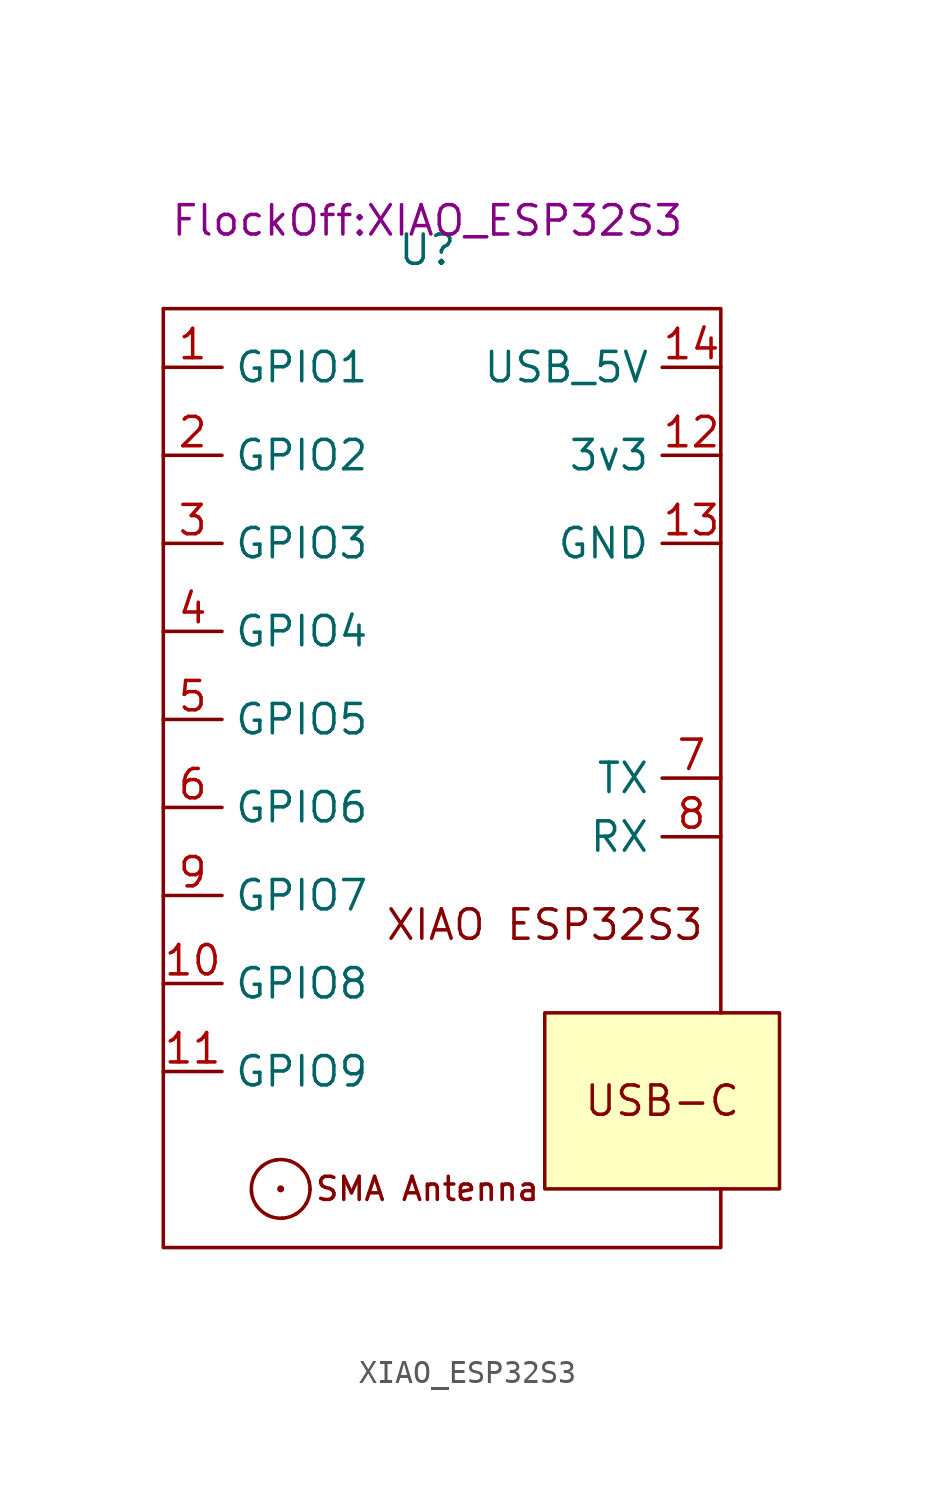
<source format=kicad_sym>
(kicad_symbol_lib
  (version 20220914)
  (generator kicad_symbol_editor)
  (symbol "XIAO_ESP32S3"
    (property "Reference" "U"
      (at 0 20.32 0)
      (effects (font (size 1.27 1.27))))
    (property "Value" ""
      (at 0 21.59 0)
      (effects (font (size 1.27 1.27))))
    (property "Footprint" "FlockOff:XIAO_ESP32S3"
      (at 0 21.59 0)
      (effects (font (size 1.27 1.27))))
    (symbol "XIAO_ESP32S3_0_1"
      (circle (center -6.35 -20.32) (radius 1.27) (stroke (width 0) (type default)) (fill (type none))))
    (symbol "XIAO_ESP32S3_1_1"
      (circle (center -6.35 -20.32) (radius 0.0001) (stroke (width 0) (type default)) (fill (type none)))
      (circle (center -6.35 -20.32) (radius 1.27) (stroke (width 0) (type dot)) (fill (type none)))
      (polyline (pts (xy -11.43 17.78) (xy 12.7 17.78) (xy 12.7 -12.7)) (stroke (width 0) (type default)) (fill (type none)))
      (polyline (pts (xy -11.43 17.78) (xy -11.43 -22.86) (xy 12.7 -22.86) (xy 12.7 -20.32)) (stroke (width 0) (type default)) (fill (type none)))
      (rectangle (start 5.08 -12.7) (end 15.24 -20.32) (stroke (width 0) (type default)) (fill (type background)))
      (text "SMA Antenna" (at 0 -20.32 0) (effects (font (size 1 1))))
      (text "USB-C" (at 10.16 -16.51 0) (effects (font (size 1.27 1.27))))
      (text "XIAO ESP32S3" (at 5.08 -8.89 0) (effects (font (size 1.27 1.27))))
      (pin bidirectional line (at -11.43 15.24 0) (length 2.54) (name "GPIO1" (effects (font (size 1.27 1.27)))) (number "1" (effects (font (size 1.27 1.27)))) (alternate "A0" input line) (alternate "D0" bidirectional line) (alternate "TOUCH1" input line))
      (pin bidirectional line (at -11.43 -11.43 0) (length 2.54) (name "GPIO8" (effects (font (size 1.27 1.27)))) (number "10" (effects (font (size 1.27 1.27)))) (alternate "A9" input line) (alternate "D9" bidirectional line) (alternate "MISO" input line) (alternate "TOUCH9" input line))
      (pin bidirectional line (at -11.43 -15.24 0) (length 2.54) (name "GPIO9" (effects (font (size 1.27 1.27)))) (number "11" (effects (font (size 1.27 1.27)))) (alternate "A10" input line) (alternate "D10" bidirectional line) (alternate "MOSI" output line) (alternate "TOUCH9" input line))
      (pin power_out line (at 12.7 11.43 180) (length 2.54) (name "3v3" (effects (font (size 1.27 1.27)))) (number "12" (effects (font (size 1.27 1.27)))))
      (pin power_out line (at 12.7 7.62 180) (length 2.54) (name "GND" (effects (font (size 1.27 1.27)))) (number "13" (effects (font (size 1.27 1.27)))))
      (pin power_out line (at 12.7 15.24 180) (length 2.54) (name "USB_5V" (effects (font (size 1.27 1.27)))) (number "14" (effects (font (size 1.27 1.27)))))
      (pin bidirectional line (at -11.43 11.43 0) (length 2.54) (name "GPIO2" (effects (font (size 1.27 1.27)))) (number "2" (effects (font (size 1.27 1.27)))) (alternate "A1" input line) (alternate "D1" bidirectional line) (alternate "TOUCH2" bidirectional line))
      (pin bidirectional line (at -11.43 7.62 0) (length 2.54) (name "GPIO3" (effects (font (size 1.27 1.27)))) (number "3" (effects (font (size 1.27 1.27)))) (alternate "A2" input line) (alternate "D2" bidirectional line) (alternate "TOUCH3" input line))
      (pin bidirectional line (at -11.43 3.81 0) (length 2.54) (name "GPIO4" (effects (font (size 1.27 1.27)))) (number "4" (effects (font (size 1.27 1.27)))) (alternate "A3" input line) (alternate "D3" bidirectional line) (alternate "TOUCH4" input line))
      (pin bidirectional line (at -11.43 0 0) (length 2.54) (name "GPIO5" (effects (font (size 1.27 1.27)))) (number "5" (effects (font (size 1.27 1.27)))) (alternate "A4" input line) (alternate "D4" bidirectional line) (alternate "SDA" bidirectional line) (alternate "TOUCH5" input line))
      (pin bidirectional line (at -11.43 -3.81 0) (length 2.54) (name "GPIO6" (effects (font (size 1.27 1.27)))) (number "6" (effects (font (size 1.27 1.27)))) (alternate "A5" input line) (alternate "D5" bidirectional line) (alternate "SCL" output line) (alternate "TOUCH6" input line))
      (pin output line (at 12.7 -2.54 180) (length 2.54) (name "TX" (effects (font (size 1.27 1.27)))) (number "7" (effects (font (size 1.27 1.27)))) (alternate "D6" bidirectional line) (alternate "GPIO43" bidirectional line))
      (pin input line (at 12.7 -5.08 180) (length 2.54) (name "RX" (effects (font (size 1.27 1.27)))) (number "8" (effects (font (size 1.27 1.27)))) (alternate "D7" bidirectional line) (alternate "GPIO44" bidirectional line))
      (pin bidirectional line (at -11.43 -7.62 0) (length 2.54) (name "GPIO7" (effects (font (size 1.27 1.27)))) (number "9" (effects (font (size 1.27 1.27)))) (alternate "A8" input line) (alternate "D8" bidirectional line) (alternate "SCK" output clock) (alternate "TOUCH7" input line)))))
</source>
